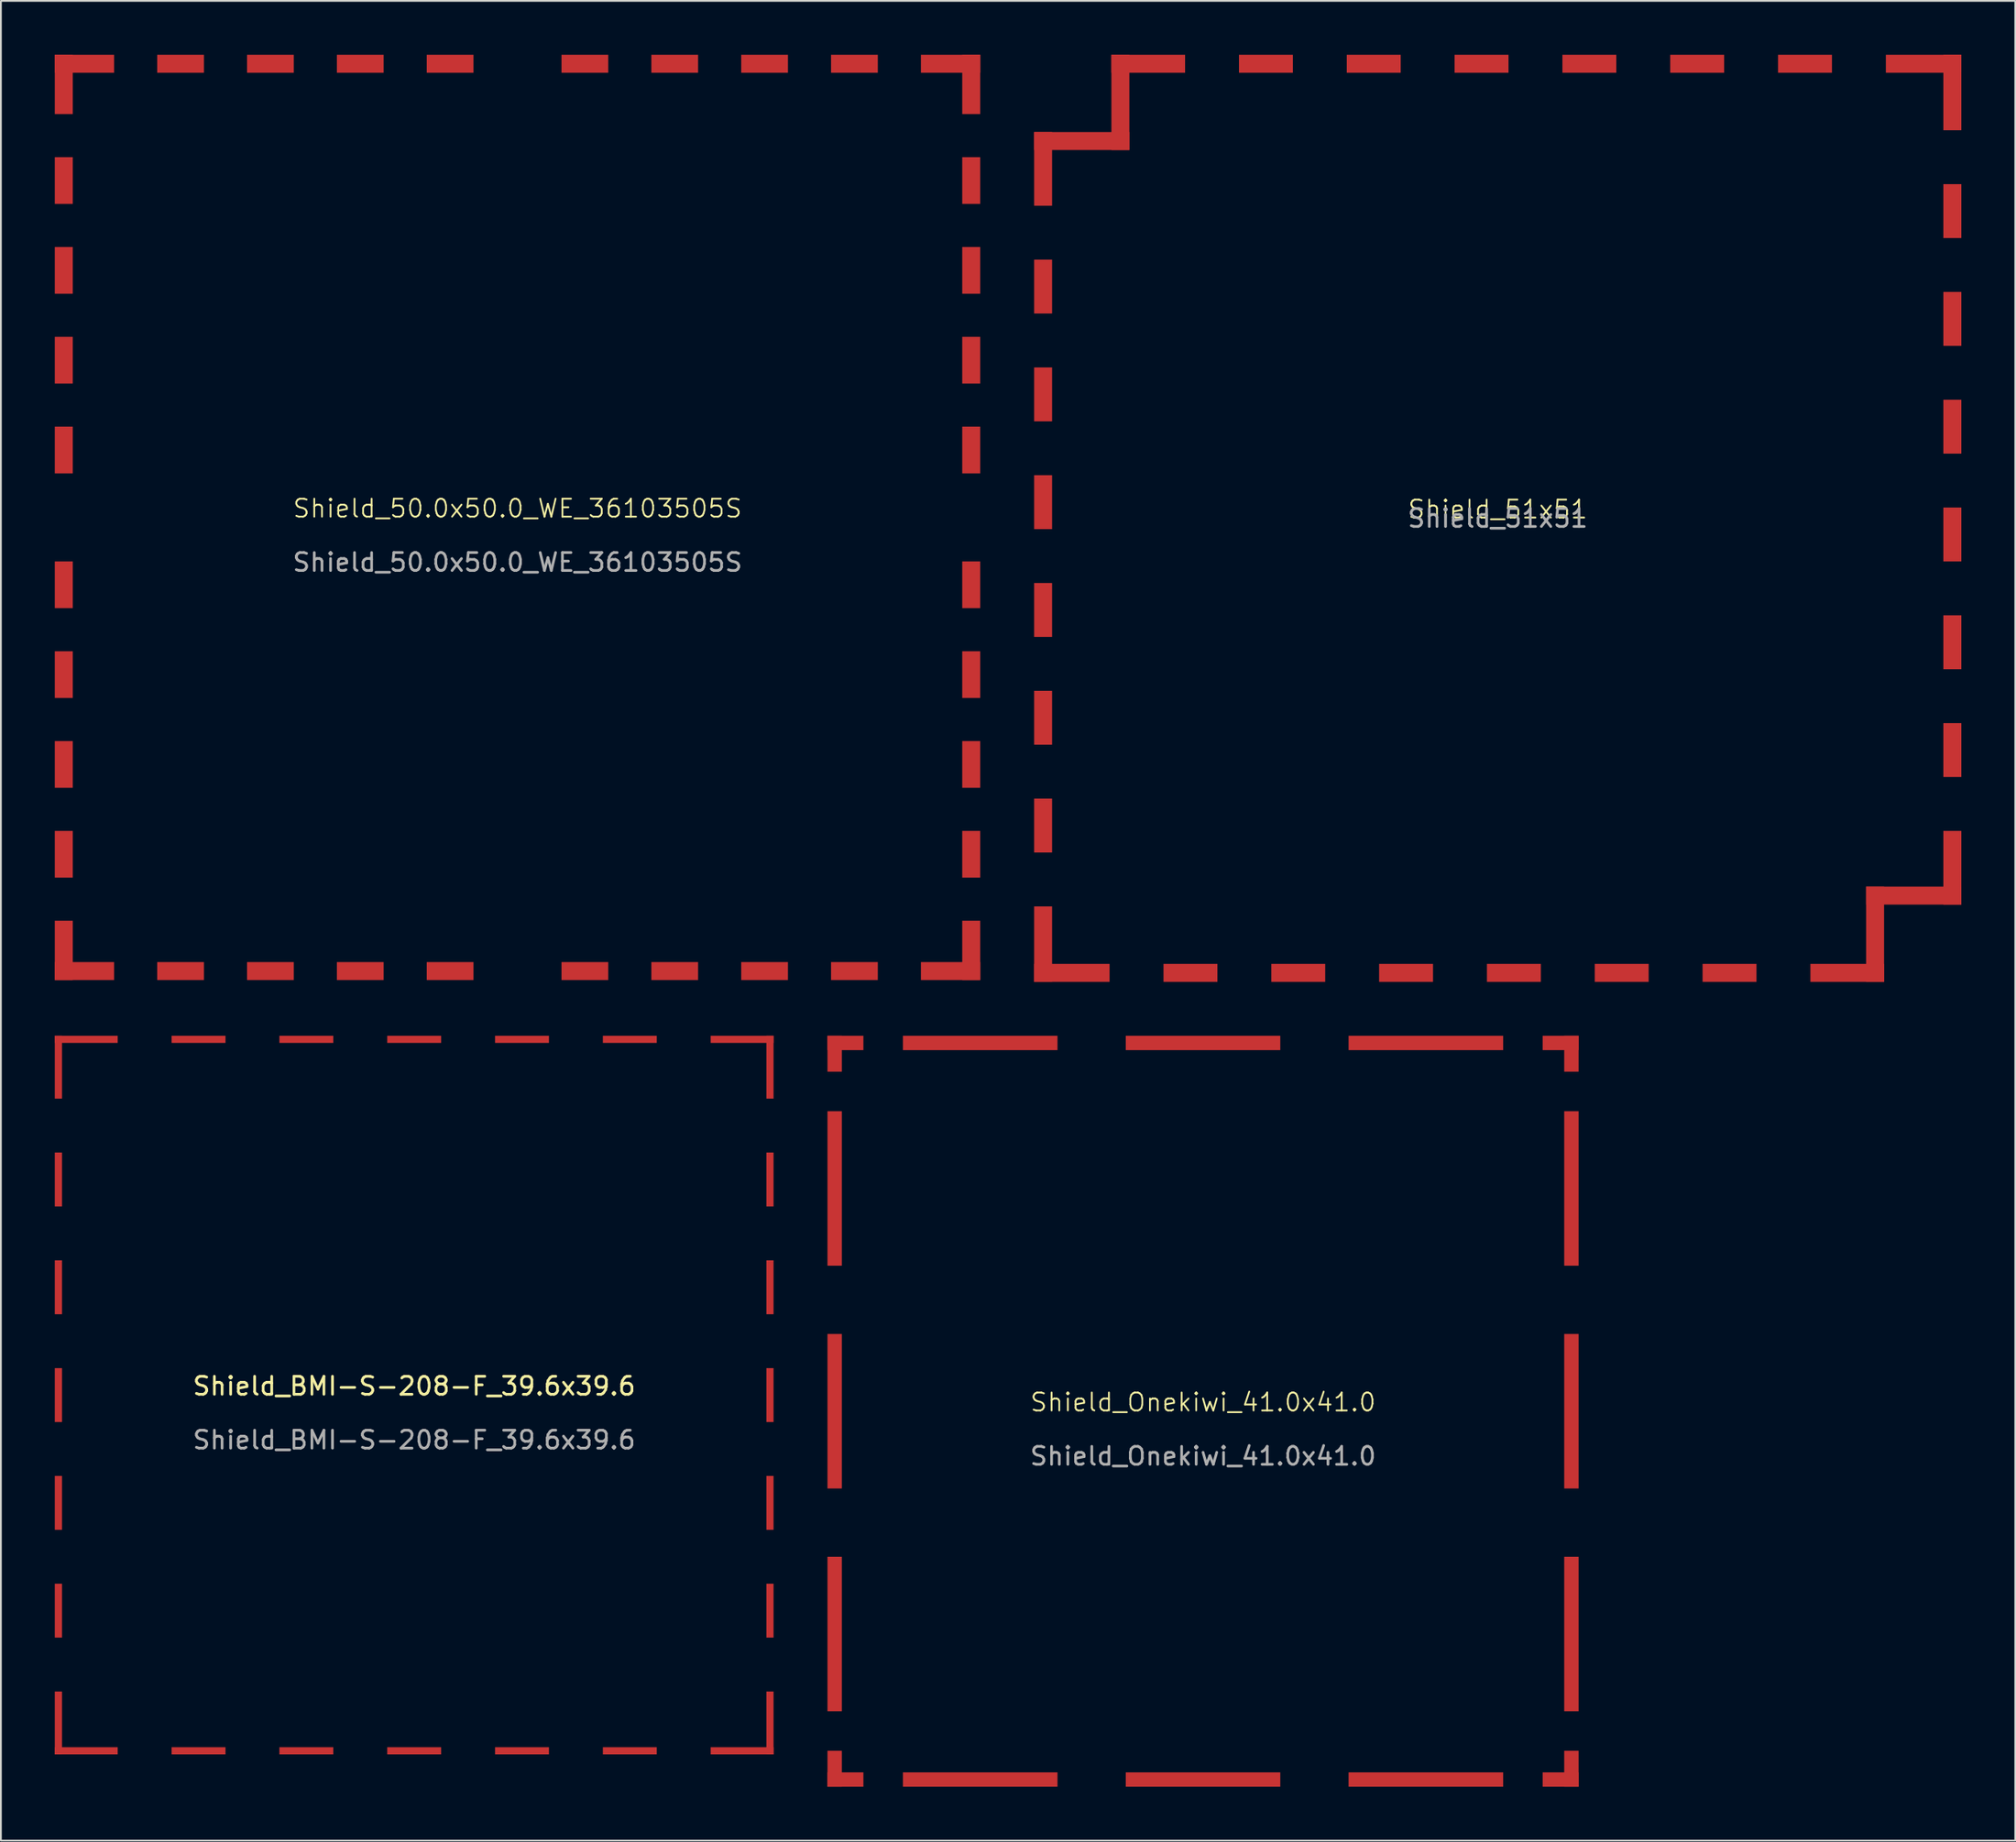
<source format=kicad_pcb>
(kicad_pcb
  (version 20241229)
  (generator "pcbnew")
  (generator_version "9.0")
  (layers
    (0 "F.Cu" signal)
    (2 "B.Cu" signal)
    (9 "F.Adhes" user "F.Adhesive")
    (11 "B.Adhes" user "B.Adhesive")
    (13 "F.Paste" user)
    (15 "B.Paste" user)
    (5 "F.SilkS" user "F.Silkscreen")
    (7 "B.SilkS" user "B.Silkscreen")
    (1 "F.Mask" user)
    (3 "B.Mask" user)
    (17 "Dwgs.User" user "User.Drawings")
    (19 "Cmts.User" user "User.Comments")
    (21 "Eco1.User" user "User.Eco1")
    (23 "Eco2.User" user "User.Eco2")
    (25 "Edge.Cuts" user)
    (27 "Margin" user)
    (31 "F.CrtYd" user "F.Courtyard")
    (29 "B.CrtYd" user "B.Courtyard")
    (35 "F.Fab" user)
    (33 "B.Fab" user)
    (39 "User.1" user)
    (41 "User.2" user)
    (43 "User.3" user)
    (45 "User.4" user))
  (footprint "Shield_51x51"
    (layer "F.Cu")
    (at 80.3 25.8)
    (property "Reference" "Shield_51x51" (at 0 -0.5 0) (unlocked yes) (layer "F.SilkS") (effects (font (size 1 1) (thickness 0.1))))
    (attr smd)
    (fp_text user "${REFERENCE}" (at 0 0 0) (unlocked yes) (layer "F.Fab") (effects (font (size 1 1) (thickness 0.15))))
    (pad "1" smd rect (at -25.3 -19.45) (size 1 4.1) (layers "F.Cu" "F.Mask"))
    (pad "1" smd rect (at -25.3 -12.9) (size 1 3) (layers "F.Cu" "F.Mask"))
    (pad "1" smd rect (at -25.3 -6.9) (size 1 3) (layers "F.Cu" "F.Mask"))
    (pad "1" smd rect (at -25.3 -0.9) (size 1 3) (layers "F.Cu" "F.Mask"))
    (pad "1" smd rect (at -25.3 5.1) (size 1 3) (layers "F.Cu" "F.Mask"))
    (pad "1" smd rect (at -25.3 11.1) (size 1 3) (layers "F.Cu" "F.Mask"))
    (pad "1" smd rect (at -25.3 17.1) (size 1 3) (layers "F.Cu" "F.Mask"))
    (pad "1" smd rect (at -25.3 23.7) (size 1 4.2) (layers "F.Cu" "F.Mask"))
    (pad "1" smd rect (at -23.7 25.3) (size 4.2 1) (layers "F.Cu" "F.Mask"))
    (pad "1" smd rect (at -23.15 -21) (size 5.3 1) (layers "F.Cu" "F.Mask"))
    (pad "1" smd rect (at -21 -23.15) (size 1 5.3) (layers "F.Cu" "F.Mask"))
    (pad "1" smd rect (at -19.45 -25.3) (size 4.1 1) (layers "F.Cu" "F.Mask"))
    (pad "1" smd rect (at -17.1 25.3) (size 3 1) (layers "F.Cu" "F.Mask"))
    (pad "1" smd rect (at -12.9 -25.3) (size 3 1) (layers "F.Cu" "F.Mask"))
    (pad "1" smd rect (at -11.1 25.3) (size 3 1) (layers "F.Cu" "F.Mask"))
    (pad "1" smd rect (at -6.9 -25.3) (size 3 1) (layers "F.Cu" "F.Mask"))
    (pad "1" smd rect (at -5.1 25.3) (size 3 1) (layers "F.Cu" "F.Mask"))
    (pad "1" smd rect (at -0.9 -25.3) (size 3 1) (layers "F.Cu" "F.Mask"))
    (pad "1" smd rect (at 0.9 25.3) (size 3 1) (layers "F.Cu" "F.Mask"))
    (pad "1" smd rect (at 5.1 -25.3) (size 3 1) (layers "F.Cu" "F.Mask"))
    (pad "1" smd rect (at 6.9 25.3) (size 3 1) (layers "F.Cu" "F.Mask"))
    (pad "1" smd rect (at 11.1 -25.3) (size 3 1) (layers "F.Cu" "F.Mask"))
    (pad "1" smd rect (at 12.9 25.3) (size 3 1) (layers "F.Cu" "F.Mask"))
    (pad "1" smd rect (at 17.1 -25.3) (size 3 1) (layers "F.Cu" "F.Mask"))
    (pad "1" smd rect (at 19.45 25.3) (size 4.1 1) (layers "F.Cu" "F.Mask"))
    (pad "1" smd rect (at 21 23.15) (size 1 5.3) (layers "F.Cu" "F.Mask"))
    (pad "1" smd rect (at 23.15 21) (size 5.3 1) (layers "F.Cu" "F.Mask"))
    (pad "1" smd rect (at 23.7 -25.3) (size 4.2 1) (layers "F.Cu" "F.Mask"))
    (pad "1" smd rect (at 25.3 -23.7) (size 1 4.2) (layers "F.Cu" "F.Mask"))
    (pad "1" smd rect (at 25.3 -17.1) (size 1 3) (layers "F.Cu" "F.Mask"))
    (pad "1" smd rect (at 25.3 -11.1) (size 1 3) (layers "F.Cu" "F.Mask"))
    (pad "1" smd rect (at 25.3 -5.1) (size 1 3) (layers "F.Cu" "F.Mask"))
    (pad "1" smd rect (at 25.3 0.9) (size 1 3) (layers "F.Cu" "F.Mask"))
    (pad "1" smd rect (at 25.3 6.9) (size 1 3) (layers "F.Cu" "F.Mask"))
    (pad "1" smd rect (at 25.3 12.9) (size 1 3) (layers "F.Cu" "F.Mask"))
    (pad "1" smd rect (at 25.3 19.45) (size 1 4.1) (layers "F.Cu" "F.Mask")))
  (footprint "Shield_BMI-S-208-F_39.6x39.6"
    (layer "F.Cu")
    (at 20 74.6)
    (property "Reference" "Shield_BMI-S-208-F_39.6x39.6" (at 0 -0.5 0) (unlocked yes) (layer "F.SilkS") (effects (font (size 1 1) (thickness 0.15))))
    (attr smd)
    (fp_text user "${REFERENCE}" (at 0 2.5 0) (unlocked yes) (layer "F.Fab") (effects (font (size 1 1) (thickness 0.15))))
    (pad "" smd rect (at -19.8 -12 270) (size 3 0.4) (layers "F.Cu" "F.Mask" "F.Paste"))
    (pad "" smd rect (at -19.8 -6 270) (size 3 0.4) (layers "F.Cu" "F.Mask" "F.Paste"))
    (pad "" smd rect (at -19.8 0 270) (size 3 0.4) (layers "F.Cu" "F.Mask" "F.Paste"))
    (pad "" smd rect (at -19.8 6 270) (size 3 0.4) (layers "F.Cu" "F.Mask" "F.Paste"))
    (pad "" smd rect (at -19.8 12 270) (size 3 0.4) (layers "F.Cu" "F.Mask" "F.Paste"))
    (pad "" smd rect (at -12 -19.8 180) (size 3 0.4) (layers "F.Cu" "F.Mask" "F.Paste"))
    (pad "" smd rect (at -12 19.8 180) (size 3 0.4) (layers "F.Cu" "F.Mask" "F.Paste"))
    (pad "" smd rect (at -6 -19.8 180) (size 3 0.4) (layers "F.Cu" "F.Mask" "F.Paste"))
    (pad "" smd rect (at -6 19.8 180) (size 3 0.4) (layers "F.Cu" "F.Mask" "F.Paste"))
    (pad "" smd rect (at 0 -19.8 180) (size 3 0.4) (layers "F.Cu" "F.Mask" "F.Paste"))
    (pad "" smd rect (at 0 19.8 180) (size 3 0.4) (layers "F.Cu" "F.Mask" "F.Paste"))
    (pad "" smd rect (at 6 -19.8 180) (size 3 0.4) (layers "F.Cu" "F.Mask" "F.Paste"))
    (pad "" smd rect (at 6 19.8 180) (size 3 0.4) (layers "F.Cu" "F.Mask" "F.Paste"))
    (pad "" smd rect (at 12 -19.8 180) (size 3 0.4) (layers "F.Cu" "F.Mask" "F.Paste"))
    (pad "" smd rect (at 12 19.8 180) (size 3 0.4) (layers "F.Cu" "F.Mask" "F.Paste"))
    (pad "" smd rect (at 19.8 -12 270) (size 3 0.4) (layers "F.Cu" "F.Mask" "F.Paste"))
    (pad "" smd rect (at 19.8 -6 270) (size 3 0.4) (layers "F.Cu" "F.Mask" "F.Paste"))
    (pad "" smd rect (at 19.8 0 270) (size 3 0.4) (layers "F.Cu" "F.Mask" "F.Paste"))
    (pad "" smd rect (at 19.8 6 270) (size 3 0.4) (layers "F.Cu" "F.Mask" "F.Paste"))
    (pad "" smd rect (at 19.8 12 270) (size 3 0.4) (layers "F.Cu" "F.Mask" "F.Paste"))
    (pad "1" smd rect (at -19.8 -18.25 90) (size 3.5 0.4) (layers "F.Cu" "F.Mask" "F.Paste"))
    (pad "1" smd rect (at -19.8 18.25 90) (size 3.5 0.4) (layers "F.Cu" "F.Mask" "F.Paste"))
    (pad "1" smd rect (at -18.25 -19.8 180) (size 3.5 0.4) (layers "F.Cu" "F.Mask" "F.Paste"))
    (pad "1" smd rect (at -18.25 19.8 180) (size 3.5 0.4) (layers "F.Cu" "F.Mask" "F.Paste"))
    (pad "1" smd rect (at 18.25 -19.8 180) (size 3.5 0.4) (layers "F.Cu" "F.Mask" "F.Paste"))
    (pad "1" smd rect (at 18.25 19.8 180) (size 3.5 0.4) (layers "F.Cu" "F.Mask" "F.Paste"))
    (pad "1" smd rect (at 19.8 -18.25 90) (size 3.5 0.4) (layers "F.Cu" "F.Mask" "F.Paste"))
    (pad "1" smd rect (at 19.8 18.25 90) (size 3.5 0.4) (layers "F.Cu" "F.Mask" "F.Paste")))
  (footprint "Shield_Onekiwi_41.0x41.0"
    (layer "F.Cu")
    (at 63.9 75.5)
    (property "Reference" "Shield_Onekiwi_41.0x41.0" (at 0 -0.5 0) (unlocked yes) (layer "F.SilkS") (effects (font (size 1 1) (thickness 0.1))))
    (attr smd)
    (fp_text user "${REFERENCE}" (at 0 2.5 0) (unlocked yes) (layer "F.Fab") (effects (font (size 1 1) (thickness 0.15))))
    (pad "1" smd rect (at -20.5 -19.9) (size 0.8 2) (layers "F.Cu" "F.Mask" "F.Paste"))
    (pad "1" smd rect (at -20.5 -12.4) (size 0.8 8.6) (layers "F.Cu" "F.Mask" "F.Paste"))
    (pad "1" smd rect (at -20.5 0) (size 0.8 8.6) (layers "F.Cu" "F.Mask" "F.Paste"))
    (pad "1" smd rect (at -20.5 12.4) (size 0.8 8.6) (layers "F.Cu" "F.Mask" "F.Paste"))
    (pad "1" smd rect (at -20.5 19.9) (size 0.8 2) (layers "F.Cu" "F.Mask" "F.Paste"))
    (pad "1" smd rect (at -19.9 -20.5 90) (size 0.8 2) (layers "F.Cu" "F.Mask" "F.Paste"))
    (pad "1" smd rect (at -19.9 20.5 90) (size 0.8 2) (layers "F.Cu" "F.Mask" "F.Paste"))
    (pad "1" smd rect (at -12.4 -20.5 90) (size 0.8 8.6) (layers "F.Cu" "F.Mask" "F.Paste"))
    (pad "1" smd rect (at -12.4 20.5 90) (size 0.8 8.6) (layers "F.Cu" "F.Mask" "F.Paste"))
    (pad "1" smd rect (at 0 -20.5 90) (size 0.8 8.6) (layers "F.Cu" "F.Mask" "F.Paste"))
    (pad "1" smd rect (at 0 20.5 90) (size 0.8 8.6) (layers "F.Cu" "F.Mask" "F.Paste"))
    (pad "1" smd rect (at 12.4 -20.5 90) (size 0.8 8.6) (layers "F.Cu" "F.Mask" "F.Paste"))
    (pad "1" smd rect (at 12.4 20.5 90) (size 0.8 8.6) (layers "F.Cu" "F.Mask" "F.Paste"))
    (pad "1" smd rect (at 19.9 -20.5 90) (size 0.8 2) (layers "F.Cu" "F.Mask" "F.Paste"))
    (pad "1" smd rect (at 19.9 20.5 90) (size 0.8 2) (layers "F.Cu" "F.Mask" "F.Paste"))
    (pad "1" smd rect (at 20.5 -19.9) (size 0.8 2) (layers "F.Cu" "F.Mask" "F.Paste"))
    (pad "1" smd rect (at 20.5 -12.4) (size 0.8 8.6) (layers "F.Cu" "F.Mask" "F.Paste"))
    (pad "1" smd rect (at 20.5 0) (size 0.8 8.6) (layers "F.Cu" "F.Mask" "F.Paste"))
    (pad "1" smd rect (at 20.5 12.4) (size 0.8 8.6) (layers "F.Cu" "F.Mask" "F.Paste"))
    (pad "1" smd rect (at 20.5 19.9) (size 0.8 2) (layers "F.Cu" "F.Mask" "F.Paste")))
  (footprint "Shield_50.0x50.0_WE_36103505S"
    (layer "F.Cu")
    (at 25.75 25.75)
    (property "Reference" "Shield_50.0x50.0_WE_36103505S" (at 0 -0.5 0) (unlocked yes) (layer "F.SilkS") (effects (font (size 1 1) (thickness 0.1))))
    (attr smd)
    (fp_text user "${REFERENCE}" (at 0 2.5 0) (unlocked yes) (layer "F.Fab") (effects (font (size 1 1) (thickness 0.15))))
    (pad "1" smd rect (at -25.25 -24.1) (size 1 3.3) (layers "F.Cu" "F.Mask"))
    (pad "1" smd rect (at -25.25 -18.75) (size 1 2.6) (layers "F.Cu" "F.Mask"))
    (pad "1" smd rect (at -25.25 -13.75) (size 1 2.6) (layers "F.Cu" "F.Mask"))
    (pad "1" smd rect (at -25.25 -8.75) (size 1 2.6) (layers "F.Cu" "F.Mask"))
    (pad "1" smd rect (at -25.25 -3.75) (size 1 2.6) (layers "F.Cu" "F.Mask"))
    (pad "1" smd rect (at -25.25 3.75) (size 1 2.6) (layers "F.Cu" "F.Mask"))
    (pad "1" smd rect (at -25.25 8.75) (size 1 2.6) (layers "F.Cu" "F.Mask"))
    (pad "1" smd rect (at -25.25 13.75) (size 1 2.6) (layers "F.Cu" "F.Mask"))
    (pad "1" smd rect (at -25.25 18.75) (size 1 2.6) (layers "F.Cu" "F.Mask"))
    (pad "1" smd rect (at -25.25 24.1) (size 1 3.3) (layers "F.Cu" "F.Mask"))
    (pad "1" smd rect (at -24.1 -25.25) (size 3.3 1) (layers "F.Cu" "F.Mask"))
    (pad "1" smd rect (at -24.1 25.25) (size 3.3 1) (layers "F.Cu" "F.Mask"))
    (pad "1" smd rect (at -18.75 -25.25) (size 2.6 1) (layers "F.Cu" "F.Mask"))
    (pad "1" smd rect (at -18.75 25.25) (size 2.6 1) (layers "F.Cu" "F.Mask"))
    (pad "1" smd rect (at -13.75 -25.25) (size 2.6 1) (layers "F.Cu" "F.Mask"))
    (pad "1" smd rect (at -13.75 25.25) (size 2.6 1) (layers "F.Cu" "F.Mask"))
    (pad "1" smd rect (at -8.75 -25.25) (size 2.6 1) (layers "F.Cu" "F.Mask"))
    (pad "1" smd rect (at -8.75 25.25) (size 2.6 1) (layers "F.Cu" "F.Mask"))
    (pad "1" smd rect (at -3.75 -25.25) (size 2.6 1) (layers "F.Cu" "F.Mask"))
    (pad "1" smd rect (at -3.75 25.25) (size 2.6 1) (layers "F.Cu" "F.Mask"))
    (pad "1" smd rect (at 3.75 -25.25) (size 2.6 1) (layers "F.Cu" "F.Mask"))
    (pad "1" smd rect (at 3.75 25.25) (size 2.6 1) (layers "F.Cu" "F.Mask"))
    (pad "1" smd rect (at 8.75 -25.25) (size 2.6 1) (layers "F.Cu" "F.Mask"))
    (pad "1" smd rect (at 8.75 25.25) (size 2.6 1) (layers "F.Cu" "F.Mask"))
    (pad "1" smd rect (at 13.75 -25.25) (size 2.6 1) (layers "F.Cu" "F.Mask"))
    (pad "1" smd rect (at 13.75 25.25) (size 2.6 1) (layers "F.Cu" "F.Mask"))
    (pad "1" smd rect (at 18.75 -25.25) (size 2.6 1) (layers "F.Cu" "F.Mask"))
    (pad "1" smd rect (at 18.75 25.25) (size 2.6 1) (layers "F.Cu" "F.Mask"))
    (pad "1" smd rect (at 24.1 -25.25) (size 3.3 1) (layers "F.Cu" "F.Mask"))
    (pad "1" smd rect (at 24.1 25.25) (size 3.3 1) (layers "F.Cu" "F.Mask"))
    (pad "1" smd rect (at 25.25 -24.1) (size 1 3.3) (layers "F.Cu" "F.Mask"))
    (pad "1" smd rect (at 25.25 -18.75) (size 1 2.6) (layers "F.Cu" "F.Mask"))
    (pad "1" smd rect (at 25.25 -13.75) (size 1 2.6) (layers "F.Cu" "F.Mask"))
    (pad "1" smd rect (at 25.25 -8.75) (size 1 2.6) (layers "F.Cu" "F.Mask"))
    (pad "1" smd rect (at 25.25 -3.75) (size 1 2.6) (layers "F.Cu" "F.Mask"))
    (pad "1" smd rect (at 25.25 3.75) (size 1 2.6) (layers "F.Cu" "F.Mask"))
    (pad "1" smd rect (at 25.25 8.75) (size 1 2.6) (layers "F.Cu" "F.Mask"))
    (pad "1" smd rect (at 25.25 13.75) (size 1 2.6) (layers "F.Cu" "F.Mask"))
    (pad "1" smd rect (at 25.25 18.75) (size 1 2.6) (layers "F.Cu" "F.Mask"))
    (pad "1" smd rect (at 25.25 24.1) (size 1 3.3) (layers "F.Cu" "F.Mask")))
  (gr_rect
    (start -3 -3)
    (end 109.1 99.4)
    (stroke (width 0.1) (type default))
    (fill no)
    (layer "Edge.Cuts")))
</source>
